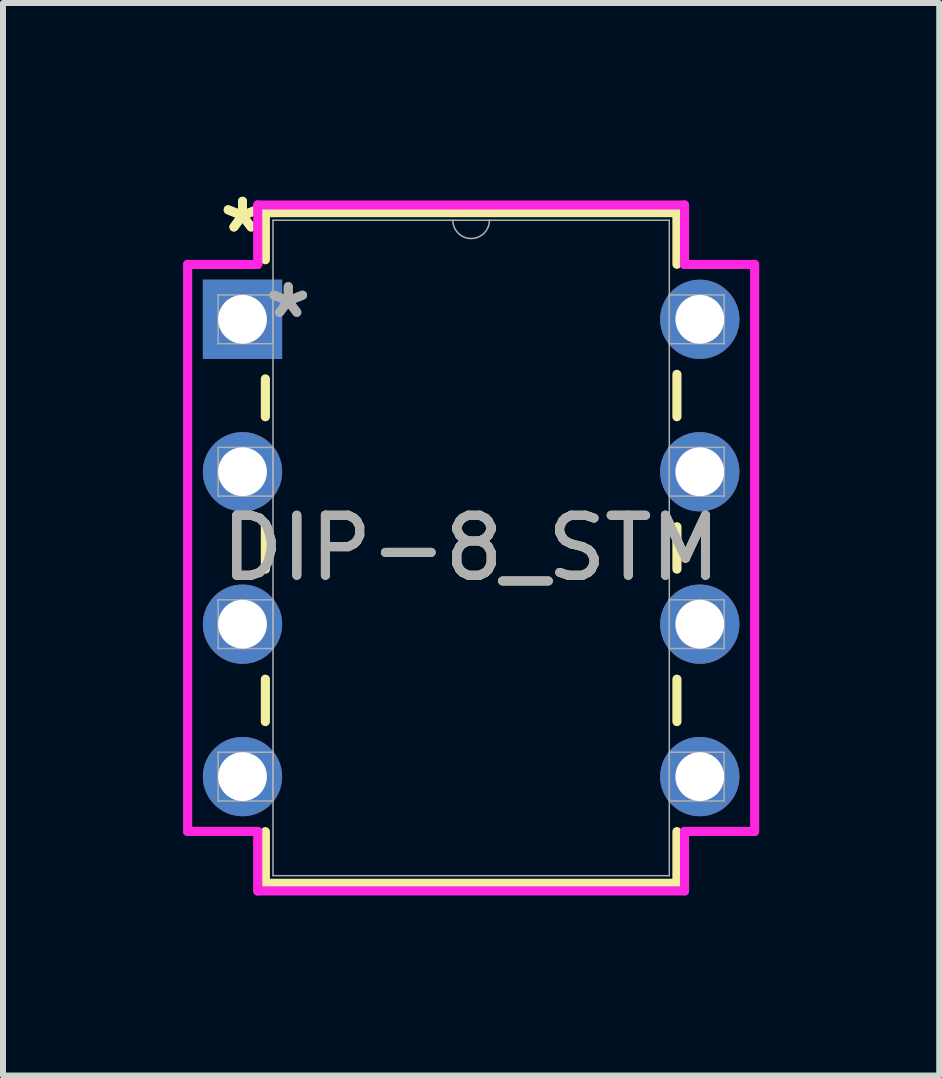
<source format=kicad_pcb>
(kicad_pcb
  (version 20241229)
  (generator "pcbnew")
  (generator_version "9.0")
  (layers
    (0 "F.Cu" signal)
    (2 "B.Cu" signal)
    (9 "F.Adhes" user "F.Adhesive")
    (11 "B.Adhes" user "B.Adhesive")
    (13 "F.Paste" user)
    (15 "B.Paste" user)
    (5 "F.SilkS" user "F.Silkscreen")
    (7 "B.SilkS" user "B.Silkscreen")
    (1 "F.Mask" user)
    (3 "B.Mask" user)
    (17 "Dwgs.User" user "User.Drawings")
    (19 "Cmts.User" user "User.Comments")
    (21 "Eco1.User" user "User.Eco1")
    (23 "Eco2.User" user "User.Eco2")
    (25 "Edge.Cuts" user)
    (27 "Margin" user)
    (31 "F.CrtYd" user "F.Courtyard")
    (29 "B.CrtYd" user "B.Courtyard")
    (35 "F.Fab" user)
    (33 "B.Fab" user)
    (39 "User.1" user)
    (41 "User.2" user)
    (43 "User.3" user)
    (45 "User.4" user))
  (footprint "DIP-8_STM"
    (layer "F.Cu")
    (at 0.991 2.271)
    (property "Reference" "DIP-8_STM" (at 3.81 3.81 0) (unlocked yes) (layer "F.SilkS") (effects (font (size 1 1) (thickness 0.15))))
    (attr through_hole)
    (fp_line (start 0.381 -1.778) (end 0.381 -0.993) (stroke (width 0.152) (type solid)) (layer "F.SilkS"))
    (fp_line (start 0.381 0.993) (end 0.381 1.623) (stroke (width 0.152) (type solid)) (layer "F.SilkS"))
    (fp_line (start 0.381 3.457) (end 0.381 4.163) (stroke (width 0.152) (type solid)) (layer "F.SilkS"))
    (fp_line (start 0.381 5.997) (end 0.381 6.703) (stroke (width 0.152) (type solid)) (layer "F.SilkS"))
    (fp_line (start 0.381 8.537) (end 0.381 9.398) (stroke (width 0.152) (type solid)) (layer "F.SilkS"))
    (fp_line (start 0.381 9.398) (end 7.239 9.398) (stroke (width 0.152) (type solid)) (layer "F.SilkS"))
    (fp_line (start 7.239 -1.778) (end 0.381 -1.778) (stroke (width 0.152) (type solid)) (layer "F.SilkS"))
    (fp_line (start 7.239 -0.917) (end 7.239 -1.778) (stroke (width 0.152) (type solid)) (layer "F.SilkS"))
    (fp_line (start 7.239 1.623) (end 7.239 0.917) (stroke (width 0.152) (type solid)) (layer "F.SilkS"))
    (fp_line (start 7.239 4.163) (end 7.239 3.457) (stroke (width 0.152) (type solid)) (layer "F.SilkS"))
    (fp_line (start 7.239 6.703) (end 7.239 5.997) (stroke (width 0.152) (type solid)) (layer "F.SilkS"))
    (fp_line (start 7.239 9.398) (end 7.239 8.537) (stroke (width 0.152) (type solid)) (layer "F.SilkS"))
    (fp_line (start -0.914 -0.914) (end 0.254 -0.914) (stroke (width 0.152) (type solid)) (layer "F.CrtYd"))
    (fp_line (start -0.914 8.534) (end -0.914 -0.914) (stroke (width 0.152) (type solid)) (layer "F.CrtYd"))
    (fp_line (start 0.254 -1.905) (end 7.366 -1.905) (stroke (width 0.152) (type solid)) (layer "F.CrtYd"))
    (fp_line (start 0.254 -0.914) (end 0.254 -1.905) (stroke (width 0.152) (type solid)) (layer "F.CrtYd"))
    (fp_line (start 0.254 8.534) (end -0.914 8.534) (stroke (width 0.152) (type solid)) (layer "F.CrtYd"))
    (fp_line (start 0.254 9.525) (end 0.254 8.534) (stroke (width 0.152) (type solid)) (layer "F.CrtYd"))
    (fp_line (start 7.366 -1.905) (end 7.366 -0.914) (stroke (width 0.152) (type solid)) (layer "F.CrtYd"))
    (fp_line (start 7.366 8.534) (end 7.366 9.525) (stroke (width 0.152) (type solid)) (layer "F.CrtYd"))
    (fp_line (start 7.366 9.525) (end 0.254 9.525) (stroke (width 0.152) (type solid)) (layer "F.CrtYd"))
    (fp_line (start 8.534 -0.914) (end 7.366 -0.914) (stroke (width 0.152) (type solid)) (layer "F.CrtYd"))
    (fp_line (start 8.534 -0.914) (end 8.534 8.534) (stroke (width 0.152) (type solid)) (layer "F.CrtYd"))
    (fp_line (start 8.534 8.534) (end 7.366 8.534) (stroke (width 0.152) (type solid)) (layer "F.CrtYd"))
    (fp_line (start -0.406 -0.406) (end -0.406 0.406) (stroke (width 0.025) (type solid)) (layer "F.Fab"))
    (fp_line (start -0.406 0.406) (end 0.508 0.406) (stroke (width 0.025) (type solid)) (layer "F.Fab"))
    (fp_line (start -0.406 2.134) (end -0.406 2.946) (stroke (width 0.025) (type solid)) (layer "F.Fab"))
    (fp_line (start -0.406 2.946) (end 0.508 2.946) (stroke (width 0.025) (type solid)) (layer "F.Fab"))
    (fp_line (start -0.406 4.674) (end -0.406 5.486) (stroke (width 0.025) (type solid)) (layer "F.Fab"))
    (fp_line (start -0.406 5.486) (end 0.508 5.486) (stroke (width 0.025) (type solid)) (layer "F.Fab"))
    (fp_line (start -0.406 7.214) (end -0.406 8.026) (stroke (width 0.025) (type solid)) (layer "F.Fab"))
    (fp_line (start -0.406 8.026) (end 0.508 8.026) (stroke (width 0.025) (type solid)) (layer "F.Fab"))
    (fp_line (start 0.508 -1.651) (end 0.508 9.271) (stroke (width 0.025) (type solid)) (layer "F.Fab"))
    (fp_line (start 0.508 -0.406) (end -0.406 -0.406) (stroke (width 0.025) (type solid)) (layer "F.Fab"))
    (fp_line (start 0.508 0.406) (end 0.508 -0.406) (stroke (width 0.025) (type solid)) (layer "F.Fab"))
    (fp_line (start 0.508 2.134) (end -0.406 2.134) (stroke (width 0.025) (type solid)) (layer "F.Fab"))
    (fp_line (start 0.508 2.946) (end 0.508 2.134) (stroke (width 0.025) (type solid)) (layer "F.Fab"))
    (fp_line (start 0.508 4.674) (end -0.406 4.674) (stroke (width 0.025) (type solid)) (layer "F.Fab"))
    (fp_line (start 0.508 5.486) (end 0.508 4.674) (stroke (width 0.025) (type solid)) (layer "F.Fab"))
    (fp_line (start 0.508 7.214) (end -0.406 7.214) (stroke (width 0.025) (type solid)) (layer "F.Fab"))
    (fp_line (start 0.508 8.026) (end 0.508 7.214) (stroke (width 0.025) (type solid)) (layer "F.Fab"))
    (fp_line (start 0.508 9.271) (end 7.112 9.271) (stroke (width 0.025) (type solid)) (layer "F.Fab"))
    (fp_line (start 7.112 -1.651) (end 0.508 -1.651) (stroke (width 0.025) (type solid)) (layer "F.Fab"))
    (fp_line (start 7.112 -0.406) (end 7.112 0.406) (stroke (width 0.025) (type solid)) (layer "F.Fab"))
    (fp_line (start 7.112 0.406) (end 8.026 0.406) (stroke (width 0.025) (type solid)) (layer "F.Fab"))
    (fp_line (start 7.112 2.134) (end 7.112 2.946) (stroke (width 0.025) (type solid)) (layer "F.Fab"))
    (fp_line (start 7.112 2.946) (end 8.026 2.946) (stroke (width 0.025) (type solid)) (layer "F.Fab"))
    (fp_line (start 7.112 4.674) (end 7.112 5.486) (stroke (width 0.025) (type solid)) (layer "F.Fab"))
    (fp_line (start 7.112 5.486) (end 8.026 5.486) (stroke (width 0.025) (type solid)) (layer "F.Fab"))
    (fp_line (start 7.112 7.214) (end 7.112 8.026) (stroke (width 0.025) (type solid)) (layer "F.Fab"))
    (fp_line (start 7.112 8.026) (end 8.026 8.026) (stroke (width 0.025) (type solid)) (layer "F.Fab"))
    (fp_line (start 7.112 9.271) (end 7.112 -1.651) (stroke (width 0.025) (type solid)) (layer "F.Fab"))
    (fp_line (start 8.026 -0.406) (end 7.112 -0.406) (stroke (width 0.025) (type solid)) (layer "F.Fab"))
    (fp_line (start 8.026 0.406) (end 8.026 -0.406) (stroke (width 0.025) (type solid)) (layer "F.Fab"))
    (fp_line (start 8.026 2.134) (end 7.112 2.134) (stroke (width 0.025) (type solid)) (layer "F.Fab"))
    (fp_line (start 8.026 2.946) (end 8.026 2.134) (stroke (width 0.025) (type solid)) (layer "F.Fab"))
    (fp_line (start 8.026 4.674) (end 7.112 4.674) (stroke (width 0.025) (type solid)) (layer "F.Fab"))
    (fp_line (start 8.026 5.486) (end 8.026 4.674) (stroke (width 0.025) (type solid)) (layer "F.Fab"))
    (fp_line (start 8.026 7.214) (end 7.112 7.214) (stroke (width 0.025) (type solid)) (layer "F.Fab"))
    (fp_line (start 8.026 8.026) (end 8.026 7.214) (stroke (width 0.025) (type solid)) (layer "F.Fab"))
    (fp_arc (start 4.1148 -1.651) (mid 3.81 -1.3462) (end 3.5052 -1.651) (stroke (width 0.0254) (type solid)) (layer "F.Fab"))
    (fp_text user "*" (at 0 -1.422 0) (layer "F.SilkS") (effects (font (size 1 1) (thickness 0.15))))
    (fp_text user "*" (at 0 -1.422 0) (unlocked yes) (layer "F.SilkS") (effects (font (size 1 1) (thickness 0.15))))
    (fp_text user "*" (at 0.762 0 0) (unlocked yes) (layer "F.Fab") (effects (font (size 1 1) (thickness 0.15))))
    (fp_text user "*" (at 0.762 0 0) (layer "F.Fab") (effects (font (size 1 1) (thickness 0.15))))
    (fp_text user "${REFERENCE}" (at 3.81 3.81 0) (unlocked yes) (layer "F.Fab") (effects (font (size 1 1) (thickness 0.15))))
    (pad "1" thru_hole rect (at 0 0) (size 1.321 1.321) (drill 0.813) (layers "*.Cu" "*.Mask"))
    (pad "2" thru_hole circle (at 0 2.54) (size 1.321 1.321) (drill 0.813) (layers "*.Cu" "*.Mask"))
    (pad "3" thru_hole circle (at 0 5.08) (size 1.321 1.321) (drill 0.813) (layers "*.Cu" "*.Mask"))
    (pad "4" thru_hole circle (at 0 7.62) (size 1.321 1.321) (drill 0.813) (layers "*.Cu" "*.Mask"))
    (pad "5" thru_hole circle (at 7.62 7.62) (size 1.321 1.321) (drill 0.813) (layers "*.Cu" "*.Mask"))
    (pad "6" thru_hole circle (at 7.62 5.08) (size 1.321 1.321) (drill 0.813) (layers "*.Cu" "*.Mask"))
    (pad "7" thru_hole circle (at 7.62 2.54) (size 1.321 1.321) (drill 0.813) (layers "*.Cu" "*.Mask"))
    (pad "8" thru_hole circle (at 7.62 0) (size 1.321 1.321) (drill 0.813) (layers "*.Cu" "*.Mask")))
  (gr_rect
    (start -3 -3)
    (end 12.601 14.872)
    (stroke (width 0.1) (type default))
    (fill no)
    (layer "Edge.Cuts")))
</source>
